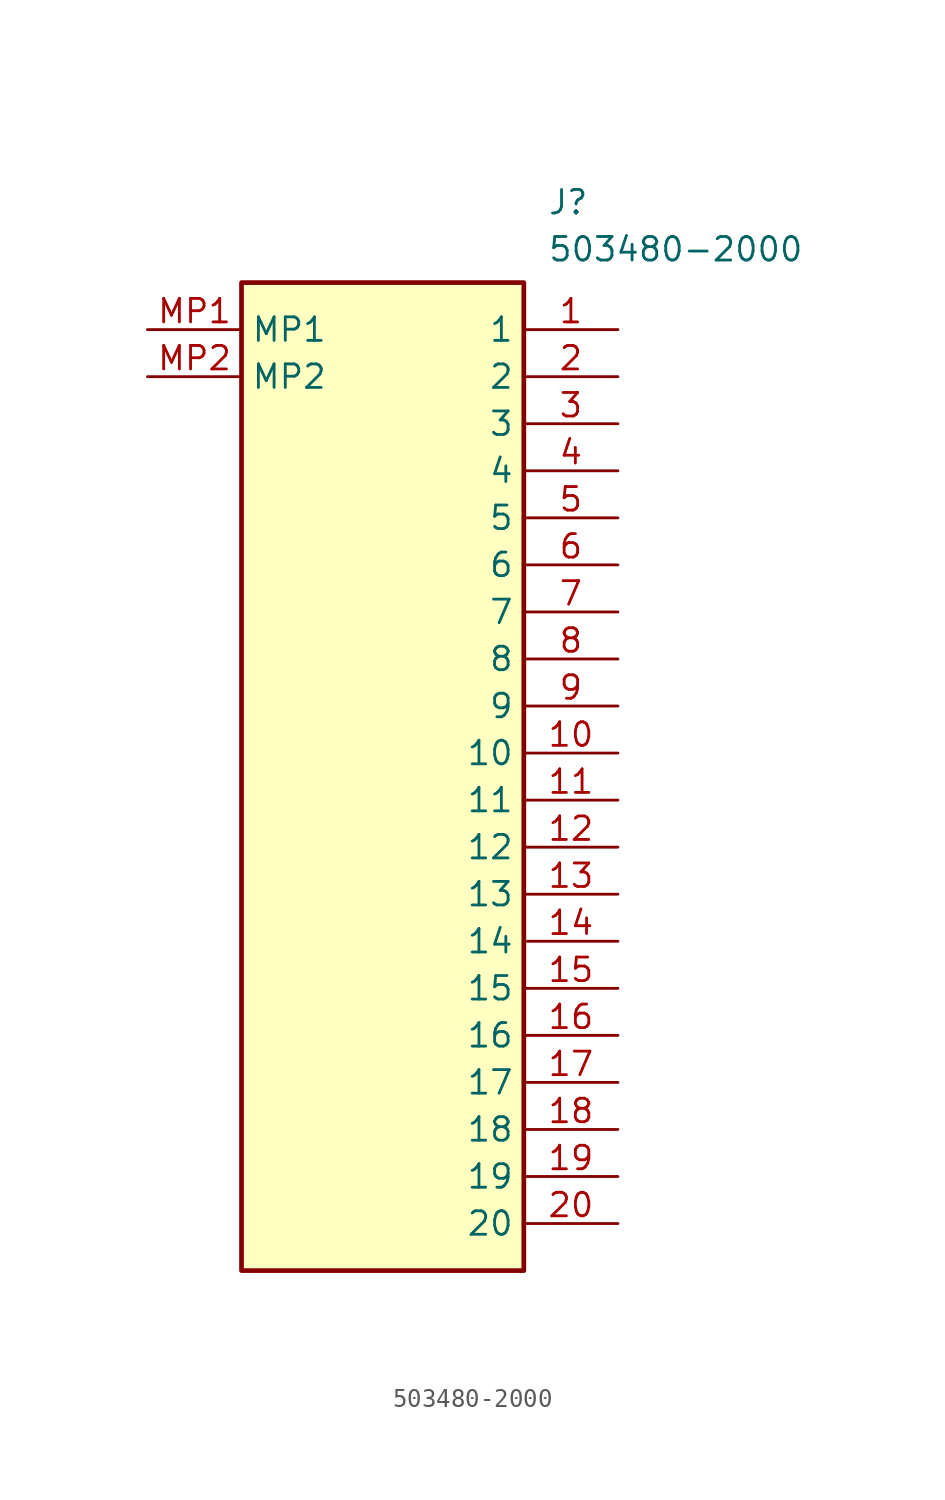
<source format=kicad_sym>
(kicad_symbol_lib
  (version 20211014)
  (generator SamacSys_ECAD_Model)
  (symbol "503480-2000"
    (property "Reference" "J"
      (at 21.59 7.62 0)
      (effects (font (size 1.27 1.27)) (justify left top)))
    (property "Value" "503480-2000"
      (at 21.59 5.08 0)
      (effects (font (size 1.27 1.27)) (justify left top)))
    (rectangle
      (start 5.08 2.54)
      (end 20.32 -50.8)
      (stroke (width 0.254) (type default))
      (fill (type background)))
    (pin passive line
      (at 25.4 0 180)
      (length 5.08)
      (name "1" (effects (font (size 1.27 1.27))))
      (number "1" (effects (font (size 1.27 1.27)))))
    (pin passive line
      (at 25.4 -2.54 180)
      (length 5.08)
      (name "2" (effects (font (size 1.27 1.27))))
      (number "2" (effects (font (size 1.27 1.27)))))
    (pin passive line
      (at 25.4 -5.08 180)
      (length 5.08)
      (name "3" (effects (font (size 1.27 1.27))))
      (number "3" (effects (font (size 1.27 1.27)))))
    (pin passive line
      (at 25.4 -7.62 180)
      (length 5.08)
      (name "4" (effects (font (size 1.27 1.27))))
      (number "4" (effects (font (size 1.27 1.27)))))
    (pin passive line
      (at 25.4 -10.16 180)
      (length 5.08)
      (name "5" (effects (font (size 1.27 1.27))))
      (number "5" (effects (font (size 1.27 1.27)))))
    (pin passive line
      (at 25.4 -12.7 180)
      (length 5.08)
      (name "6" (effects (font (size 1.27 1.27))))
      (number "6" (effects (font (size 1.27 1.27)))))
    (pin passive line
      (at 25.4 -15.24 180)
      (length 5.08)
      (name "7" (effects (font (size 1.27 1.27))))
      (number "7" (effects (font (size 1.27 1.27)))))
    (pin passive line
      (at 25.4 -17.78 180)
      (length 5.08)
      (name "8" (effects (font (size 1.27 1.27))))
      (number "8" (effects (font (size 1.27 1.27)))))
    (pin passive line
      (at 25.4 -20.32 180)
      (length 5.08)
      (name "9" (effects (font (size 1.27 1.27))))
      (number "9" (effects (font (size 1.27 1.27)))))
    (pin passive line
      (at 25.4 -22.86 180)
      (length 5.08)
      (name "10" (effects (font (size 1.27 1.27))))
      (number "10" (effects (font (size 1.27 1.27)))))
    (pin passive line
      (at 25.4 -25.4 180)
      (length 5.08)
      (name "11" (effects (font (size 1.27 1.27))))
      (number "11" (effects (font (size 1.27 1.27)))))
    (pin passive line
      (at 25.4 -27.94 180)
      (length 5.08)
      (name "12" (effects (font (size 1.27 1.27))))
      (number "12" (effects (font (size 1.27 1.27)))))
    (pin passive line
      (at 25.4 -30.48 180)
      (length 5.08)
      (name "13" (effects (font (size 1.27 1.27))))
      (number "13" (effects (font (size 1.27 1.27)))))
    (pin passive line
      (at 25.4 -33.02 180)
      (length 5.08)
      (name "14" (effects (font (size 1.27 1.27))))
      (number "14" (effects (font (size 1.27 1.27)))))
    (pin passive line
      (at 25.4 -35.56 180)
      (length 5.08)
      (name "15" (effects (font (size 1.27 1.27))))
      (number "15" (effects (font (size 1.27 1.27)))))
    (pin passive line
      (at 25.4 -38.1 180)
      (length 5.08)
      (name "16" (effects (font (size 1.27 1.27))))
      (number "16" (effects (font (size 1.27 1.27)))))
    (pin passive line
      (at 25.4 -40.64 180)
      (length 5.08)
      (name "17" (effects (font (size 1.27 1.27))))
      (number "17" (effects (font (size 1.27 1.27)))))
    (pin passive line
      (at 25.4 -43.18 180)
      (length 5.08)
      (name "18" (effects (font (size 1.27 1.27))))
      (number "18" (effects (font (size 1.27 1.27)))))
    (pin passive line
      (at 25.4 -45.72 180)
      (length 5.08)
      (name "19" (effects (font (size 1.27 1.27))))
      (number "19" (effects (font (size 1.27 1.27)))))
    (pin passive line
      (at 25.4 -48.26 180)
      (length 5.08)
      (name "20" (effects (font (size 1.27 1.27))))
      (number "20" (effects (font (size 1.27 1.27)))))
    (pin passive line
      (at 0 0 0)
      (length 5.08)
      (name "MP1" (effects (font (size 1.27 1.27))))
      (number "MP1" (effects (font (size 1.27 1.27)))))
    (pin passive line
      (at 0 -2.54 0)
      (length 5.08)
      (name "MP2" (effects (font (size 1.27 1.27))))
      (number "MP2" (effects (font (size 1.27 1.27)))))))
</source>
